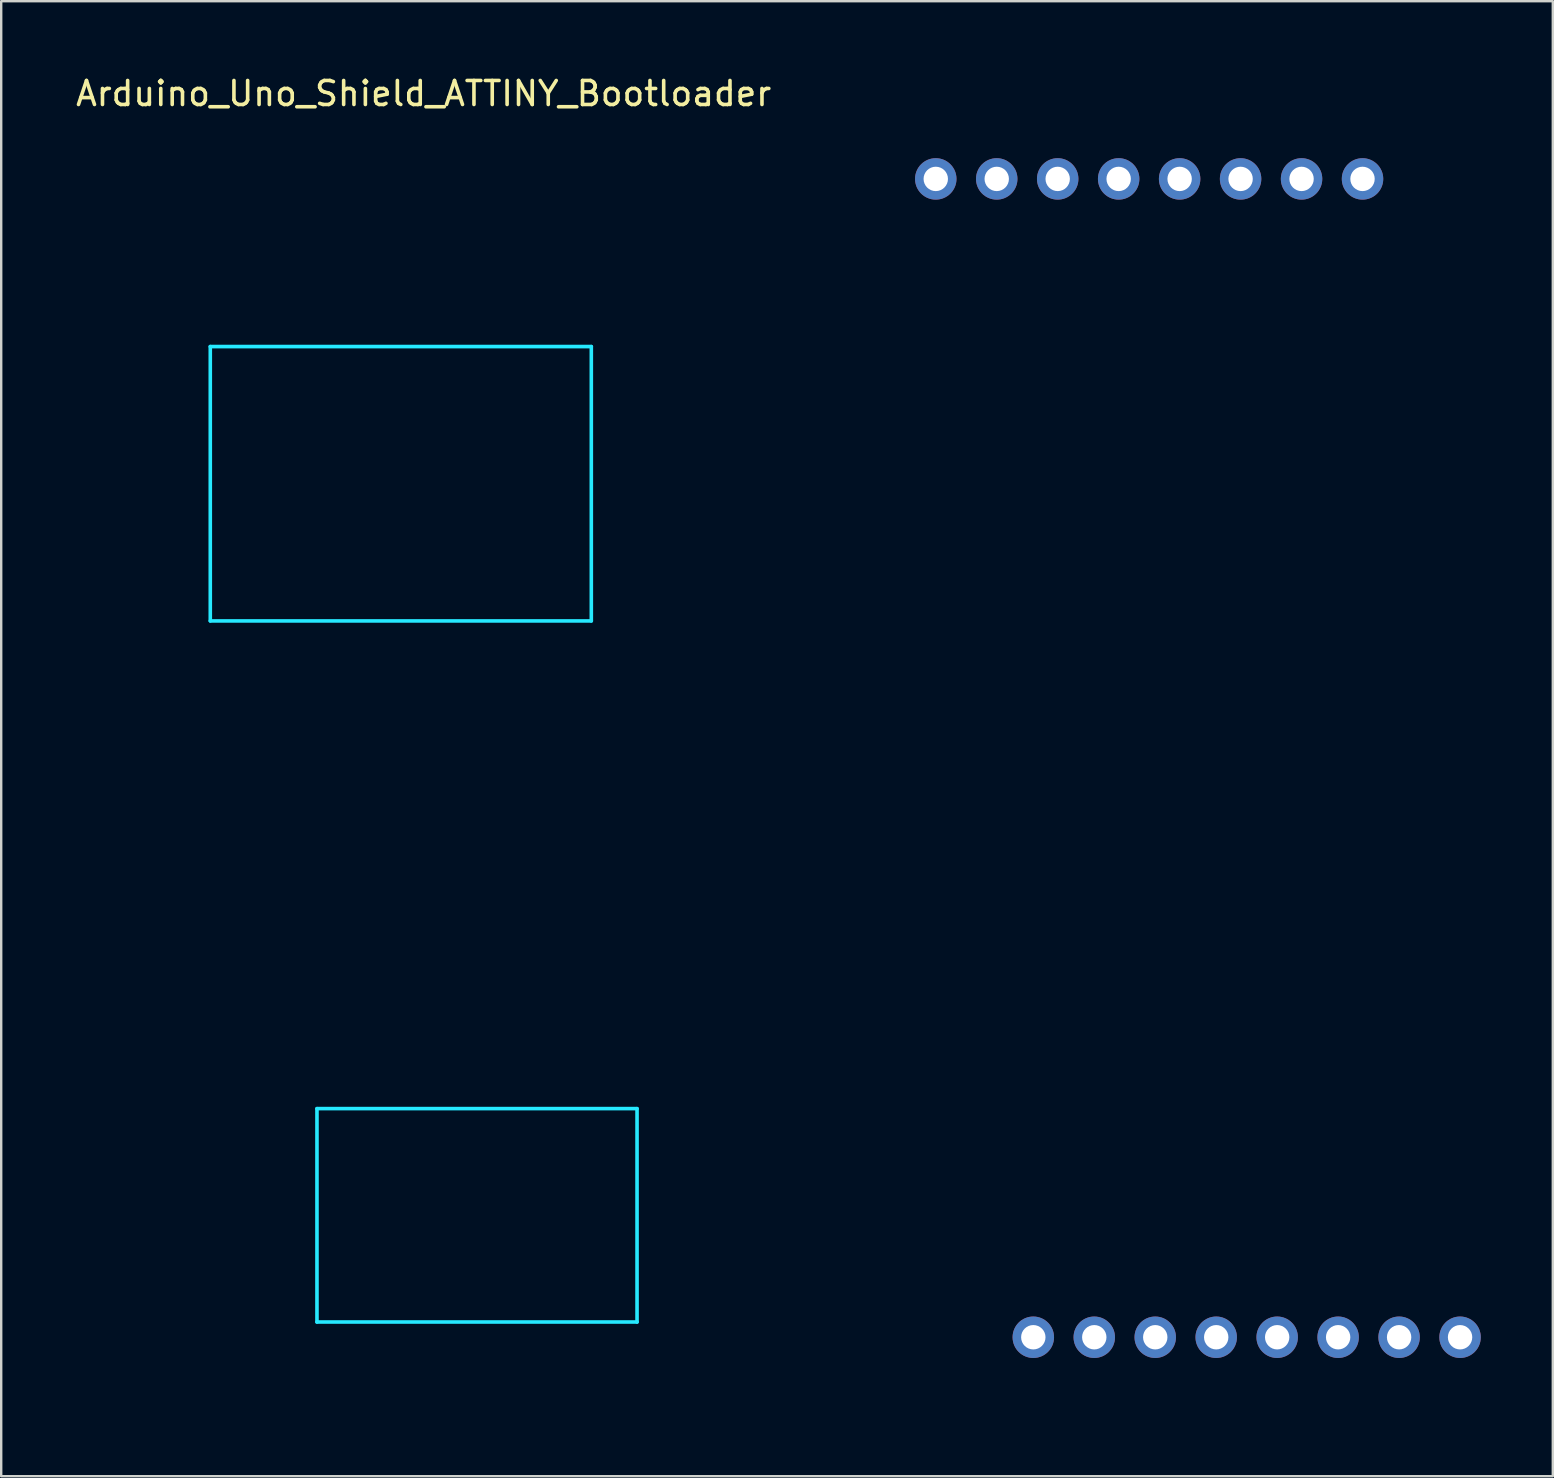
<source format=kicad_pcb>
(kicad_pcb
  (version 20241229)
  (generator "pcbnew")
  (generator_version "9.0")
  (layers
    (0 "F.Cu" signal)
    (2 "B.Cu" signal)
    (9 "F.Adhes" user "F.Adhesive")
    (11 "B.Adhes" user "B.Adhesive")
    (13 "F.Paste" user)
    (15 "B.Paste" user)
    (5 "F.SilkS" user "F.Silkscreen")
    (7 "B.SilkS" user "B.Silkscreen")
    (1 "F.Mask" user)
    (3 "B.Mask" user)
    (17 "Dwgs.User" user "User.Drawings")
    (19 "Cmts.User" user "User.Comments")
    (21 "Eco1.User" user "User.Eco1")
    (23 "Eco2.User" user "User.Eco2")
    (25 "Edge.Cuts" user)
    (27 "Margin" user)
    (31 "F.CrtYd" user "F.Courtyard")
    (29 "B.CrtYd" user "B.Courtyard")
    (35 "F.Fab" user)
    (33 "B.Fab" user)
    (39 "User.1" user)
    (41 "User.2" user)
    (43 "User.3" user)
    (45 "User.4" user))
  (footprint "Arduino_Uno_Shield_ATTINY_Bootloader"
    (layer "F.Cu")
    (at 12.061 55.204)
    (property "Reference" "Arduino_Uno_Shield_ATTINY_Bootloader" (at 2.54 -54.356 0) (layer "F.SilkS") (effects (font (size 1 1) (thickness 0.15))))
    (attr through_hole)
    (fp_line (start -6.35 -43.815) (end -6.35 -32.385) (stroke (width 0.15) (type solid)) (layer "B.CrtYd"))
    (fp_line (start -1.905 -12.065) (end -1.905 -3.175) (stroke (width 0.15) (type solid)) (layer "B.CrtYd"))
    (fp_line (start -1.905 -12.065) (end 11.43 -12.065) (stroke (width 0.15) (type solid)) (layer "B.CrtYd"))
    (fp_line (start -1.905 -3.175) (end 11.43 -3.175) (stroke (width 0.15) (type solid)) (layer "B.CrtYd"))
    (fp_line (start 9.525 -43.815) (end -6.35 -43.815) (stroke (width 0.15) (type solid)) (layer "B.CrtYd"))
    (fp_line (start 9.525 -43.815) (end 9.525 -32.385) (stroke (width 0.15) (type solid)) (layer "B.CrtYd"))
    (fp_line (start 9.525 -32.385) (end -6.35 -32.385) (stroke (width 0.15) (type solid)) (layer "B.CrtYd"))
    (fp_line (start 11.43 -12.065) (end 11.43 -3.175) (stroke (width 0.15) (type solid)) (layer "B.CrtYd"))
    (pad "" thru_hole oval (at 27.94 -2.54) (size 1.727 1.727) (drill 1.016) (layers "*.Cu" "*.Mask"))
    (pad "3V3" thru_hole oval (at 35.56 -2.54) (size 1.727 1.727) (drill 1.016) (layers "*.Cu" "*.Mask"))
    (pad "5V1" thru_hole oval (at 38.1 -2.54) (size 1.727 1.727) (drill 1.016) (layers "*.Cu" "*.Mask"))
    (pad "AREF" thru_hole oval (at 23.876 -50.8) (size 1.727 1.727) (drill 1.016) (layers "*.Cu" "*.Mask"))
    (pad "D8" thru_hole oval (at 41.656 -50.8) (size 1.727 1.727) (drill 1.016) (layers "*.Cu" "*.Mask"))
    (pad "D9" thru_hole oval (at 39.116 -50.8) (size 1.727 1.727) (drill 1.016) (layers "*.Cu" "*.Mask"))
    (pad "D10" thru_hole oval (at 36.576 -50.8) (size 1.727 1.727) (drill 1.016) (layers "*.Cu" "*.Mask"))
    (pad "D11" thru_hole oval (at 34.036 -50.8) (size 1.727 1.727) (drill 1.016) (layers "*.Cu" "*.Mask"))
    (pad "D12" thru_hole oval (at 31.496 -50.8) (size 1.727 1.727) (drill 1.016) (layers "*.Cu" "*.Mask"))
    (pad "D13" thru_hole oval (at 28.956 -50.8) (size 1.727 1.727) (drill 1.016) (layers "*.Cu" "*.Mask"))
    (pad "GND1" thru_hole oval (at 26.416 -50.8) (size 1.727 1.727) (drill 1.016) (layers "*.Cu" "*.Mask"))
    (pad "GND2" thru_hole oval (at 40.64 -2.54) (size 1.727 1.727) (drill 1.016) (layers "*.Cu" "*.Mask"))
    (pad "GND3" thru_hole oval (at 43.18 -2.54) (size 1.727 1.727) (drill 1.016) (layers "*.Cu" "*.Mask"))
    (pad "IORF" thru_hole oval (at 30.48 -2.54) (size 1.727 1.727) (drill 1.016) (layers "*.Cu" "*.Mask"))
    (pad "RST1" thru_hole oval (at 33.02 -2.54) (size 1.727 1.727) (drill 1.016) (layers "*.Cu" "*.Mask"))
    (pad "VIN" thru_hole oval (at 45.72 -2.54) (size 1.727 1.727) (drill 1.016) (layers "*.Cu" "*.Mask")))
  (gr_rect
    (start -3 -3)
    (end 61.645 58.454)
    (stroke (width 0.1) (type default))
    (fill no)
    (layer "Edge.Cuts")))
</source>
